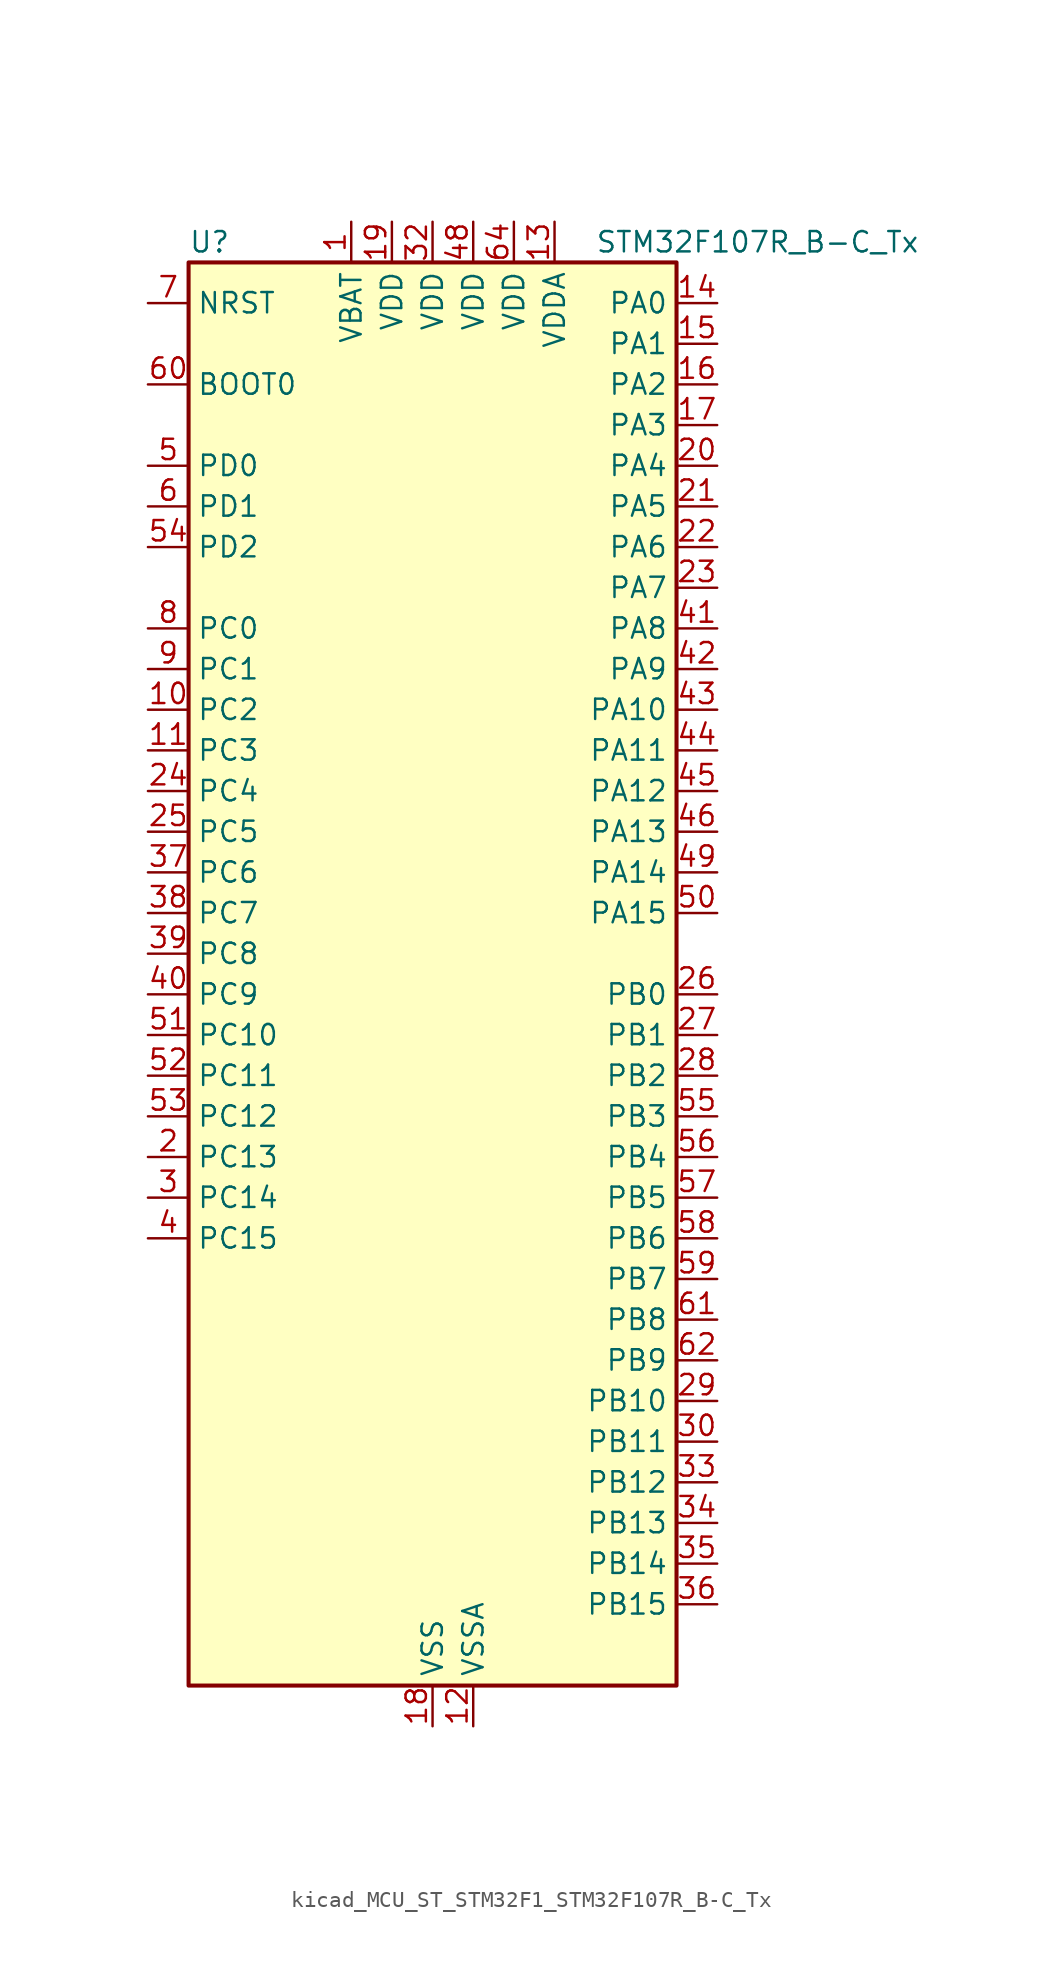
<source format=kicad_sym>
(kicad_symbol_lib
  (version 20220914)
  (generator kicad_symbol_editor)
  (symbol "kicad_MCU_ST_STM32F1_STM32F107R_B-C_Tx"
    (property "Reference" "U"
      (at -15.24 46.99 0)
      (effects (font (size 1.27 1.27)) (justify left)))
    (property "Value" "STM32F107R_B-C_Tx"
      (at 10.16 46.99 0)
      (effects (font (size 1.27 1.27)) (justify left)))
    (property "ki_locked" ""
      (at 0 0 0)
      (effects (font (size 1.27 1.27))))
    (symbol "kicad_MCU_ST_STM32F1_STM32F107R_B-C_Tx_0_1"
      (rectangle (start -15.24 -43.18) (end 15.24 45.72) (stroke (width 0.254) (type default)) (fill (type background))))
    (symbol "kicad_MCU_ST_STM32F1_STM32F107R_B-C_Tx_1_1"
      (pin power_in line (at -5.08 48.26 270) (length 2.54) (name "VBAT" (effects (font (size 1.27 1.27)))) (number "1" (effects (font (size 1.27 1.27)))))
      (pin bidirectional line (at -17.78 17.78 0) (length 2.54) (name "PC2" (effects (font (size 1.27 1.27)))) (number "10" (effects (font (size 1.27 1.27)))) (alternate "ADC1_IN12" bidirectional line) (alternate "ADC2_IN12" bidirectional line) (alternate "ETH_TXD2" bidirectional line))
      (pin bidirectional line (at -17.78 15.24 0) (length 2.54) (name "PC3" (effects (font (size 1.27 1.27)))) (number "11" (effects (font (size 1.27 1.27)))) (alternate "ADC1_IN13" bidirectional line) (alternate "ADC2_IN13" bidirectional line) (alternate "ETH_TX_CLK" bidirectional line))
      (pin power_in line (at 2.54 -45.72 90) (length 2.54) (name "VSSA" (effects (font (size 1.27 1.27)))) (number "12" (effects (font (size 1.27 1.27)))))
      (pin power_in line (at 7.62 48.26 270) (length 2.54) (name "VDDA" (effects (font (size 1.27 1.27)))) (number "13" (effects (font (size 1.27 1.27)))))
      (pin bidirectional line (at 17.78 43.18 180) (length 2.54) (name "PA0" (effects (font (size 1.27 1.27)))) (number "14" (effects (font (size 1.27 1.27)))) (alternate "ADC1_IN0" bidirectional line) (alternate "ADC2_IN0" bidirectional line) (alternate "ETH_CRS" bidirectional line) (alternate "SYS_WKUP" bidirectional line) (alternate "TIM2_CH1" bidirectional line) (alternate "TIM2_ETR" bidirectional line) (alternate "TIM5_CH1" bidirectional line) (alternate "USART2_CTS" bidirectional line))
      (pin bidirectional line (at 17.78 40.64 180) (length 2.54) (name "PA1" (effects (font (size 1.27 1.27)))) (number "15" (effects (font (size 1.27 1.27)))) (alternate "ADC1_IN1" bidirectional line) (alternate "ADC2_IN1" bidirectional line) (alternate "ETH_REF_CLK" bidirectional line) (alternate "ETH_RX_CLK" bidirectional line) (alternate "TIM2_CH2" bidirectional line) (alternate "TIM5_CH2" bidirectional line) (alternate "USART2_RTS" bidirectional line))
      (pin bidirectional line (at 17.78 38.1 180) (length 2.54) (name "PA2" (effects (font (size 1.27 1.27)))) (number "16" (effects (font (size 1.27 1.27)))) (alternate "ADC1_IN2" bidirectional line) (alternate "ADC2_IN2" bidirectional line) (alternate "ETH_MDIO" bidirectional line) (alternate "TIM2_CH3" bidirectional line) (alternate "TIM5_CH3" bidirectional line) (alternate "USART2_TX" bidirectional line))
      (pin bidirectional line (at 17.78 35.56 180) (length 2.54) (name "PA3" (effects (font (size 1.27 1.27)))) (number "17" (effects (font (size 1.27 1.27)))) (alternate "ADC1_IN3" bidirectional line) (alternate "ADC2_IN3" bidirectional line) (alternate "ETH_COL" bidirectional line) (alternate "TIM2_CH4" bidirectional line) (alternate "TIM5_CH4" bidirectional line) (alternate "USART2_RX" bidirectional line))
      (pin power_in line (at 0 -45.72 90) (length 2.54) (name "VSS" (effects (font (size 1.27 1.27)))) (number "18" (effects (font (size 1.27 1.27)))))
      (pin power_in line (at -2.54 48.26 270) (length 2.54) (name "VDD" (effects (font (size 1.27 1.27)))) (number "19" (effects (font (size 1.27 1.27)))))
      (pin bidirectional line (at -17.78 -10.16 0) (length 2.54) (name "PC13" (effects (font (size 1.27 1.27)))) (number "2" (effects (font (size 1.27 1.27)))) (alternate "RTC_OUT" bidirectional line) (alternate "RTC_TAMPER" bidirectional line))
      (pin bidirectional line (at 17.78 33.02 180) (length 2.54) (name "PA4" (effects (font (size 1.27 1.27)))) (number "20" (effects (font (size 1.27 1.27)))) (alternate "ADC1_IN4" bidirectional line) (alternate "ADC2_IN4" bidirectional line) (alternate "DAC_OUT1" bidirectional line) (alternate "I2S3_WS" bidirectional line) (alternate "SPI1_NSS" bidirectional line) (alternate "SPI3_NSS" bidirectional line) (alternate "USART2_CK" bidirectional line))
      (pin bidirectional line (at 17.78 30.48 180) (length 2.54) (name "PA5" (effects (font (size 1.27 1.27)))) (number "21" (effects (font (size 1.27 1.27)))) (alternate "ADC1_IN5" bidirectional line) (alternate "ADC2_IN5" bidirectional line) (alternate "DAC_OUT2" bidirectional line) (alternate "SPI1_SCK" bidirectional line))
      (pin bidirectional line (at 17.78 27.94 180) (length 2.54) (name "PA6" (effects (font (size 1.27 1.27)))) (number "22" (effects (font (size 1.27 1.27)))) (alternate "ADC1_IN6" bidirectional line) (alternate "ADC2_IN6" bidirectional line) (alternate "SPI1_MISO" bidirectional line) (alternate "TIM1_BKIN" bidirectional line) (alternate "TIM3_CH1" bidirectional line))
      (pin bidirectional line (at 17.78 25.4 180) (length 2.54) (name "PA7" (effects (font (size 1.27 1.27)))) (number "23" (effects (font (size 1.27 1.27)))) (alternate "ADC1_IN7" bidirectional line) (alternate "ADC2_IN7" bidirectional line) (alternate "ETH_CRS_DV" bidirectional line) (alternate "ETH_RX_DV" bidirectional line) (alternate "SPI1_MOSI" bidirectional line) (alternate "TIM1_CH1N" bidirectional line) (alternate "TIM3_CH2" bidirectional line))
      (pin bidirectional line (at -17.78 12.7 0) (length 2.54) (name "PC4" (effects (font (size 1.27 1.27)))) (number "24" (effects (font (size 1.27 1.27)))) (alternate "ADC1_IN14" bidirectional line) (alternate "ADC2_IN14" bidirectional line) (alternate "ETH_RXD0" bidirectional line))
      (pin bidirectional line (at -17.78 10.16 0) (length 2.54) (name "PC5" (effects (font (size 1.27 1.27)))) (number "25" (effects (font (size 1.27 1.27)))) (alternate "ADC1_IN15" bidirectional line) (alternate "ADC2_IN15" bidirectional line) (alternate "ETH_RXD1" bidirectional line))
      (pin bidirectional line (at 17.78 0 180) (length 2.54) (name "PB0" (effects (font (size 1.27 1.27)))) (number "26" (effects (font (size 1.27 1.27)))) (alternate "ADC1_IN8" bidirectional line) (alternate "ADC2_IN8" bidirectional line) (alternate "ETH_RXD2" bidirectional line) (alternate "TIM1_CH2N" bidirectional line) (alternate "TIM3_CH3" bidirectional line))
      (pin bidirectional line (at 17.78 -2.54 180) (length 2.54) (name "PB1" (effects (font (size 1.27 1.27)))) (number "27" (effects (font (size 1.27 1.27)))) (alternate "ADC1_IN9" bidirectional line) (alternate "ADC2_IN9" bidirectional line) (alternate "ETH_RXD3" bidirectional line) (alternate "TIM1_CH3N" bidirectional line) (alternate "TIM3_CH4" bidirectional line))
      (pin bidirectional line (at 17.78 -5.08 180) (length 2.54) (name "PB2" (effects (font (size 1.27 1.27)))) (number "28" (effects (font (size 1.27 1.27)))))
      (pin bidirectional line (at 17.78 -25.4 180) (length 2.54) (name "PB10" (effects (font (size 1.27 1.27)))) (number "29" (effects (font (size 1.27 1.27)))) (alternate "ETH_RX_ER" bidirectional line) (alternate "TIM2_CH3" bidirectional line) (alternate "USART3_TX" bidirectional line))
      (pin bidirectional line (at -17.78 -12.7 0) (length 2.54) (name "PC14" (effects (font (size 1.27 1.27)))) (number "3" (effects (font (size 1.27 1.27)))) (alternate "RCC_OSC32_IN" bidirectional line))
      (pin bidirectional line (at 17.78 -27.94 180) (length 2.54) (name "PB11" (effects (font (size 1.27 1.27)))) (number "30" (effects (font (size 1.27 1.27)))) (alternate "ADC1_EXTI11" bidirectional line) (alternate "ADC2_EXTI11" bidirectional line) (alternate "ETH_TX_EN" bidirectional line) (alternate "TIM2_CH4" bidirectional line) (alternate "USART3_RX" bidirectional line))
      (pin passive line (at 0 -45.72 90) (length 2.54) hide (name "VSS" (effects (font (size 1.27 1.27)))) (number "31" (effects (font (size 1.27 1.27)))))
      (pin power_in line (at 0 48.26 270) (length 2.54) (name "VDD" (effects (font (size 1.27 1.27)))) (number "32" (effects (font (size 1.27 1.27)))))
      (pin bidirectional line (at 17.78 -30.48 180) (length 2.54) (name "PB12" (effects (font (size 1.27 1.27)))) (number "33" (effects (font (size 1.27 1.27)))) (alternate "CAN2_RX" bidirectional line) (alternate "ETH_TXD0" bidirectional line) (alternate "I2S2_WS" bidirectional line) (alternate "SPI2_NSS" bidirectional line) (alternate "TIM1_BKIN" bidirectional line) (alternate "USART3_CK" bidirectional line))
      (pin bidirectional line (at 17.78 -33.02 180) (length 2.54) (name "PB13" (effects (font (size 1.27 1.27)))) (number "34" (effects (font (size 1.27 1.27)))) (alternate "CAN2_TX" bidirectional line) (alternate "ETH_TXD1" bidirectional line) (alternate "I2S2_CK" bidirectional line) (alternate "SPI2_SCK" bidirectional line) (alternate "TIM1_CH1N" bidirectional line) (alternate "USART3_CTS" bidirectional line))
      (pin bidirectional line (at 17.78 -35.56 180) (length 2.54) (name "PB14" (effects (font (size 1.27 1.27)))) (number "35" (effects (font (size 1.27 1.27)))) (alternate "SPI2_MISO" bidirectional line) (alternate "TIM1_CH2N" bidirectional line) (alternate "USART3_RTS" bidirectional line))
      (pin bidirectional line (at 17.78 -38.1 180) (length 2.54) (name "PB15" (effects (font (size 1.27 1.27)))) (number "36" (effects (font (size 1.27 1.27)))) (alternate "ADC1_EXTI15" bidirectional line) (alternate "ADC2_EXTI15" bidirectional line) (alternate "I2S2_SD" bidirectional line) (alternate "SPI2_MOSI" bidirectional line) (alternate "TIM1_CH3N" bidirectional line))
      (pin bidirectional line (at -17.78 7.62 0) (length 2.54) (name "PC6" (effects (font (size 1.27 1.27)))) (number "37" (effects (font (size 1.27 1.27)))) (alternate "I2S2_MCK" bidirectional line) (alternate "TIM3_CH1" bidirectional line))
      (pin bidirectional line (at -17.78 5.08 0) (length 2.54) (name "PC7" (effects (font (size 1.27 1.27)))) (number "38" (effects (font (size 1.27 1.27)))) (alternate "I2S3_MCK" bidirectional line) (alternate "TIM3_CH2" bidirectional line))
      (pin bidirectional line (at -17.78 2.54 0) (length 2.54) (name "PC8" (effects (font (size 1.27 1.27)))) (number "39" (effects (font (size 1.27 1.27)))) (alternate "TIM3_CH3" bidirectional line))
      (pin bidirectional line (at -17.78 -15.24 0) (length 2.54) (name "PC15" (effects (font (size 1.27 1.27)))) (number "4" (effects (font (size 1.27 1.27)))) (alternate "ADC1_EXTI15" bidirectional line) (alternate "ADC2_EXTI15" bidirectional line) (alternate "RCC_OSC32_OUT" bidirectional line))
      (pin bidirectional line (at -17.78 0 0) (length 2.54) (name "PC9" (effects (font (size 1.27 1.27)))) (number "40" (effects (font (size 1.27 1.27)))) (alternate "DAC_EXTI9" bidirectional line) (alternate "TIM3_CH4" bidirectional line))
      (pin bidirectional line (at 17.78 22.86 180) (length 2.54) (name "PA8" (effects (font (size 1.27 1.27)))) (number "41" (effects (font (size 1.27 1.27)))) (alternate "RCC_MCO" bidirectional line) (alternate "TIM1_CH1" bidirectional line) (alternate "USART1_CK" bidirectional line) (alternate "USB_OTG_FS_SOF" bidirectional line))
      (pin bidirectional line (at 17.78 20.32 180) (length 2.54) (name "PA9" (effects (font (size 1.27 1.27)))) (number "42" (effects (font (size 1.27 1.27)))) (alternate "DAC_EXTI9" bidirectional line) (alternate "TIM1_CH2" bidirectional line) (alternate "USART1_TX" bidirectional line) (alternate "USB_OTG_FS_VBUS" bidirectional line))
      (pin bidirectional line (at 17.78 17.78 180) (length 2.54) (name "PA10" (effects (font (size 1.27 1.27)))) (number "43" (effects (font (size 1.27 1.27)))) (alternate "TIM1_CH3" bidirectional line) (alternate "USART1_RX" bidirectional line) (alternate "USB_OTG_FS_ID" bidirectional line))
      (pin bidirectional line (at 17.78 15.24 180) (length 2.54) (name "PA11" (effects (font (size 1.27 1.27)))) (number "44" (effects (font (size 1.27 1.27)))) (alternate "ADC1_EXTI11" bidirectional line) (alternate "ADC2_EXTI11" bidirectional line) (alternate "CAN1_RX" bidirectional line) (alternate "TIM1_CH4" bidirectional line) (alternate "USART1_CTS" bidirectional line) (alternate "USB_OTG_FS_DM" bidirectional line))
      (pin bidirectional line (at 17.78 12.7 180) (length 2.54) (name "PA12" (effects (font (size 1.27 1.27)))) (number "45" (effects (font (size 1.27 1.27)))) (alternate "CAN1_TX" bidirectional line) (alternate "TIM1_ETR" bidirectional line) (alternate "USART1_RTS" bidirectional line) (alternate "USB_OTG_FS_DP" bidirectional line))
      (pin bidirectional line (at 17.78 10.16 180) (length 2.54) (name "PA13" (effects (font (size 1.27 1.27)))) (number "46" (effects (font (size 1.27 1.27)))) (alternate "SYS_JTMS-SWDIO" bidirectional line))
      (pin passive line (at 0 -45.72 90) (length 2.54) hide (name "VSS" (effects (font (size 1.27 1.27)))) (number "47" (effects (font (size 1.27 1.27)))))
      (pin power_in line (at 2.54 48.26 270) (length 2.54) (name "VDD" (effects (font (size 1.27 1.27)))) (number "48" (effects (font (size 1.27 1.27)))))
      (pin bidirectional line (at 17.78 7.62 180) (length 2.54) (name "PA14" (effects (font (size 1.27 1.27)))) (number "49" (effects (font (size 1.27 1.27)))) (alternate "SYS_JTCK-SWCLK" bidirectional line))
      (pin bidirectional line (at -17.78 33.02 0) (length 2.54) (name "PD0" (effects (font (size 1.27 1.27)))) (number "5" (effects (font (size 1.27 1.27)))) (alternate "RCC_OSC_IN" bidirectional line))
      (pin bidirectional line (at 17.78 5.08 180) (length 2.54) (name "PA15" (effects (font (size 1.27 1.27)))) (number "50" (effects (font (size 1.27 1.27)))) (alternate "ADC1_EXTI15" bidirectional line) (alternate "ADC2_EXTI15" bidirectional line) (alternate "I2S3_WS" bidirectional line) (alternate "SPI1_NSS" bidirectional line) (alternate "SPI3_NSS" bidirectional line) (alternate "SYS_JTDI" bidirectional line) (alternate "TIM2_CH1" bidirectional line) (alternate "TIM2_ETR" bidirectional line))
      (pin bidirectional line (at -17.78 -2.54 0) (length 2.54) (name "PC10" (effects (font (size 1.27 1.27)))) (number "51" (effects (font (size 1.27 1.27)))) (alternate "I2S3_CK" bidirectional line) (alternate "SPI3_SCK" bidirectional line) (alternate "UART4_TX" bidirectional line) (alternate "USART3_TX" bidirectional line))
      (pin bidirectional line (at -17.78 -5.08 0) (length 2.54) (name "PC11" (effects (font (size 1.27 1.27)))) (number "52" (effects (font (size 1.27 1.27)))) (alternate "ADC1_EXTI11" bidirectional line) (alternate "ADC2_EXTI11" bidirectional line) (alternate "SPI3_MISO" bidirectional line) (alternate "UART4_RX" bidirectional line) (alternate "USART3_RX" bidirectional line))
      (pin bidirectional line (at -17.78 -7.62 0) (length 2.54) (name "PC12" (effects (font (size 1.27 1.27)))) (number "53" (effects (font (size 1.27 1.27)))) (alternate "I2S3_SD" bidirectional line) (alternate "SPI3_MOSI" bidirectional line) (alternate "UART5_TX" bidirectional line) (alternate "USART3_CK" bidirectional line))
      (pin bidirectional line (at -17.78 27.94 0) (length 2.54) (name "PD2" (effects (font (size 1.27 1.27)))) (number "54" (effects (font (size 1.27 1.27)))) (alternate "TIM3_ETR" bidirectional line) (alternate "UART5_RX" bidirectional line))
      (pin bidirectional line (at 17.78 -7.62 180) (length 2.54) (name "PB3" (effects (font (size 1.27 1.27)))) (number "55" (effects (font (size 1.27 1.27)))) (alternate "I2S3_CK" bidirectional line) (alternate "SPI1_SCK" bidirectional line) (alternate "SPI3_SCK" bidirectional line) (alternate "SYS_JTDO" bidirectional line) (alternate "SYS_TRACESWO" bidirectional line) (alternate "TIM2_CH2" bidirectional line))
      (pin bidirectional line (at 17.78 -10.16 180) (length 2.54) (name "PB4" (effects (font (size 1.27 1.27)))) (number "56" (effects (font (size 1.27 1.27)))) (alternate "SPI1_MISO" bidirectional line) (alternate "SPI3_MISO" bidirectional line) (alternate "SYS_NJTRST" bidirectional line) (alternate "TIM3_CH1" bidirectional line))
      (pin bidirectional line (at 17.78 -12.7 180) (length 2.54) (name "PB5" (effects (font (size 1.27 1.27)))) (number "57" (effects (font (size 1.27 1.27)))) (alternate "CAN2_RX" bidirectional line) (alternate "ETH_PPS_OUT" bidirectional line) (alternate "I2C1_SMBA" bidirectional line) (alternate "I2S3_SD" bidirectional line) (alternate "SPI1_MOSI" bidirectional line) (alternate "SPI3_MOSI" bidirectional line) (alternate "TIM3_CH2" bidirectional line))
      (pin bidirectional line (at 17.78 -15.24 180) (length 2.54) (name "PB6" (effects (font (size 1.27 1.27)))) (number "58" (effects (font (size 1.27 1.27)))) (alternate "CAN2_TX" bidirectional line) (alternate "I2C1_SCL" bidirectional line) (alternate "TIM4_CH1" bidirectional line) (alternate "USART1_TX" bidirectional line))
      (pin bidirectional line (at 17.78 -17.78 180) (length 2.54) (name "PB7" (effects (font (size 1.27 1.27)))) (number "59" (effects (font (size 1.27 1.27)))) (alternate "I2C1_SDA" bidirectional line) (alternate "TIM4_CH2" bidirectional line) (alternate "USART1_RX" bidirectional line))
      (pin bidirectional line (at -17.78 30.48 0) (length 2.54) (name "PD1" (effects (font (size 1.27 1.27)))) (number "6" (effects (font (size 1.27 1.27)))) (alternate "RCC_OSC_OUT" bidirectional line))
      (pin input line (at -17.78 38.1 0) (length 2.54) (name "BOOT0" (effects (font (size 1.27 1.27)))) (number "60" (effects (font (size 1.27 1.27)))))
      (pin bidirectional line (at 17.78 -20.32 180) (length 2.54) (name "PB8" (effects (font (size 1.27 1.27)))) (number "61" (effects (font (size 1.27 1.27)))) (alternate "CAN1_RX" bidirectional line) (alternate "ETH_TXD3" bidirectional line) (alternate "I2C1_SCL" bidirectional line) (alternate "TIM4_CH3" bidirectional line))
      (pin bidirectional line (at 17.78 -22.86 180) (length 2.54) (name "PB9" (effects (font (size 1.27 1.27)))) (number "62" (effects (font (size 1.27 1.27)))) (alternate "CAN1_TX" bidirectional line) (alternate "DAC_EXTI9" bidirectional line) (alternate "I2C1_SDA" bidirectional line) (alternate "TIM4_CH4" bidirectional line))
      (pin passive line (at 0 -45.72 90) (length 2.54) hide (name "VSS" (effects (font (size 1.27 1.27)))) (number "63" (effects (font (size 1.27 1.27)))))
      (pin power_in line (at 5.08 48.26 270) (length 2.54) (name "VDD" (effects (font (size 1.27 1.27)))) (number "64" (effects (font (size 1.27 1.27)))))
      (pin input line (at -17.78 43.18 0) (length 2.54) (name "NRST" (effects (font (size 1.27 1.27)))) (number "7" (effects (font (size 1.27 1.27)))))
      (pin bidirectional line (at -17.78 22.86 0) (length 2.54) (name "PC0" (effects (font (size 1.27 1.27)))) (number "8" (effects (font (size 1.27 1.27)))) (alternate "ADC1_IN10" bidirectional line) (alternate "ADC2_IN10" bidirectional line))
      (pin bidirectional line (at -17.78 20.32 0) (length 2.54) (name "PC1" (effects (font (size 1.27 1.27)))) (number "9" (effects (font (size 1.27 1.27)))) (alternate "ADC1_IN11" bidirectional line) (alternate "ADC2_IN11" bidirectional line) (alternate "ETH_MDC" bidirectional line)))))
</source>
